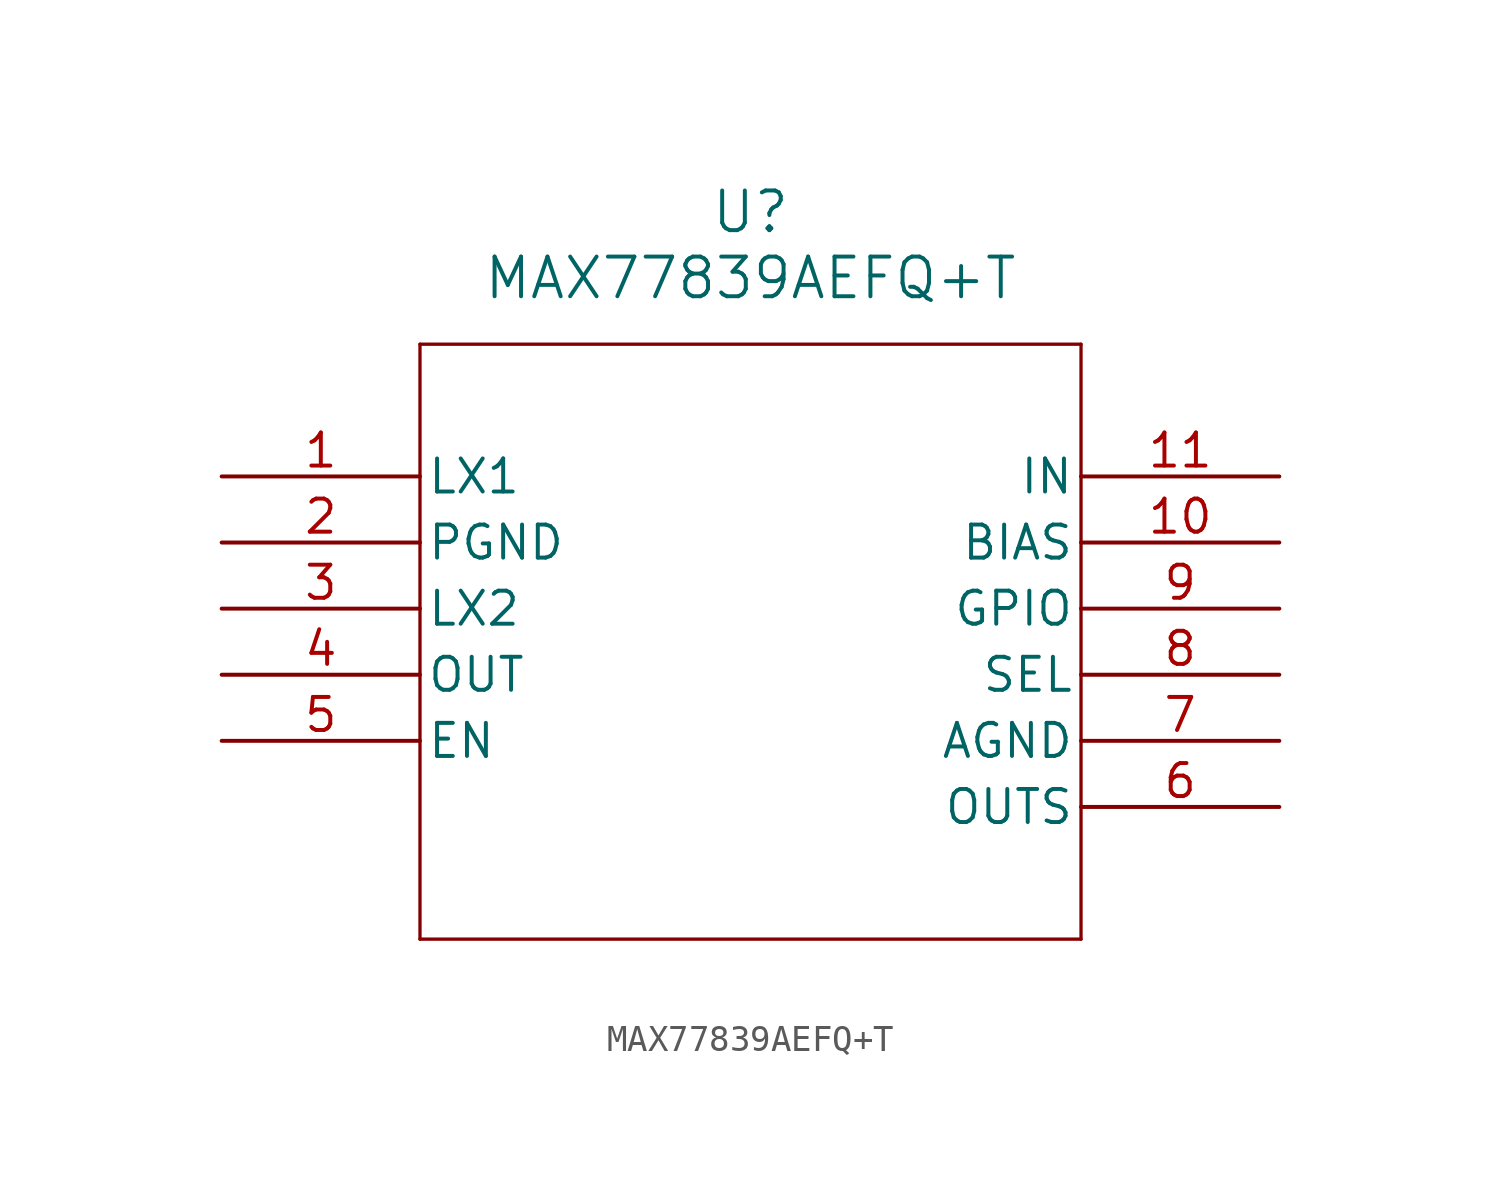
<source format=kicad_sym>
(kicad_symbol_lib
  (version 20211014)
  (generator kicad_symbol_editor)
  (symbol "MAX77839AEFQ+T"
    (pin_names
      (offset 0.254))
    (property "Reference" "U"
      (at 20.32 10.16 0)
      (effects (font (size 1.524 1.524))))
    (property "Value" "MAX77839AEFQ+T"
      (at 20.32 7.62 0)
      (effects (font (size 1.524 1.524))))
    (symbol "MAX77839AEFQ+T_0_1"
      (polyline (pts (xy 7.62 5.08) (xy 7.62 -17.78)) (stroke (width 0.127) (type default) (color 0 0 0 0)) (fill (type none)))
      (polyline (pts (xy 7.62 -17.78) (xy 33.02 -17.78)) (stroke (width 0.127) (type default) (color 0 0 0 0)) (fill (type none)))
      (polyline (pts (xy 33.02 -17.78) (xy 33.02 5.08)) (stroke (width 0.127) (type default) (color 0 0 0 0)) (fill (type none)))
      (polyline (pts (xy 33.02 5.08) (xy 7.62 5.08)) (stroke (width 0.127) (type default) (color 0 0 0 0)) (fill (type none)))
      (pin power_in line (at 0 0 0) (length 7.62) (name "LX1" (effects (font (size 1.27 1.27)))) (number "1" (effects (font (size 1.27 1.27)))))
      (pin power_in line (at 0 -2.54 0) (length 7.62) (name "PGND" (effects (font (size 1.27 1.27)))) (number "2" (effects (font (size 1.27 1.27)))))
      (pin power_in line (at 0 -5.08 0) (length 7.62) (name "LX2" (effects (font (size 1.27 1.27)))) (number "3" (effects (font (size 1.27 1.27)))))
      (pin power_in line (at 0 -7.62 0) (length 7.62) (name "OUT" (effects (font (size 1.27 1.27)))) (number "4" (effects (font (size 1.27 1.27)))))
      (pin input line (at 0 -10.16 0) (length 7.62) (name "EN" (effects (font (size 1.27 1.27)))) (number "5" (effects (font (size 1.27 1.27)))))
      (pin input line (at 40.64 -12.7 180) (length 7.62) (name "OUTS" (effects (font (size 1.27 1.27)))) (number "6" (effects (font (size 1.27 1.27)))))
      (pin power_in line (at 40.64 -10.16 180) (length 7.62) (name "AGND" (effects (font (size 1.27 1.27)))) (number "7" (effects (font (size 1.27 1.27)))))
      (pin input line (at 40.64 -7.62 180) (length 7.62) (name "SEL" (effects (font (size 1.27 1.27)))) (number "8" (effects (font (size 1.27 1.27)))))
      (pin bidirectional line (at 40.64 -5.08 180) (length 7.62) (name "GPIO" (effects (font (size 1.27 1.27)))) (number "9" (effects (font (size 1.27 1.27)))))
      (pin output line (at 40.64 -2.54 180) (length 7.62) (name "BIAS" (effects (font (size 1.27 1.27)))) (number "10" (effects (font (size 1.27 1.27)))))
      (pin input line (at 40.64 0 180) (length 7.62) (name "IN" (effects (font (size 1.27 1.27)))) (number "11" (effects (font (size 1.27 1.27))))))))
</source>
